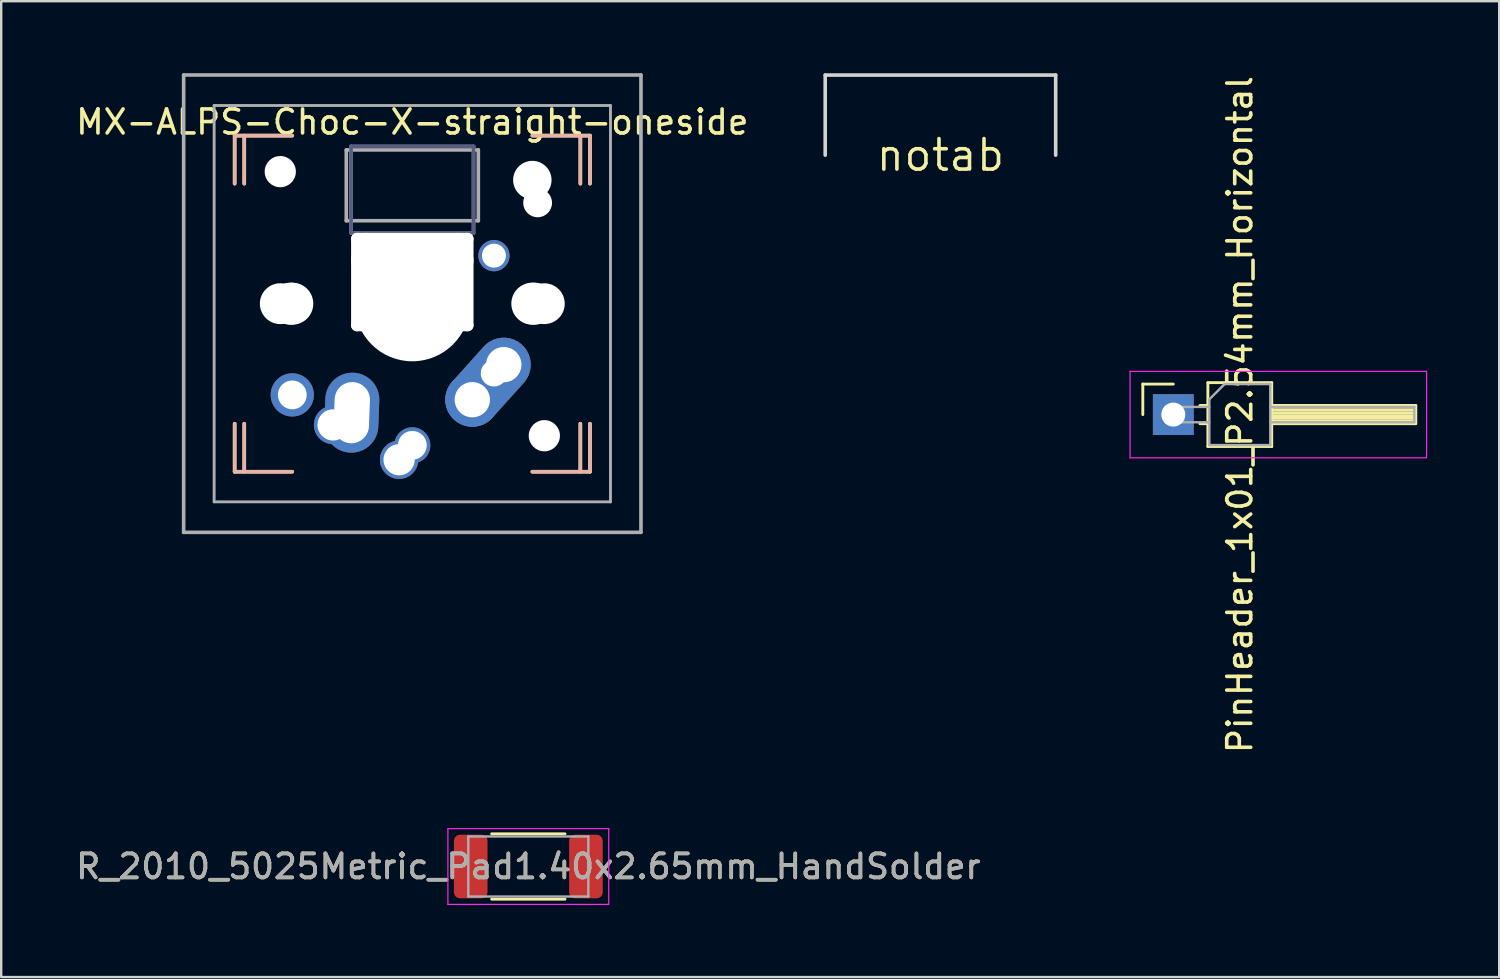
<source format=kicad_pcb>
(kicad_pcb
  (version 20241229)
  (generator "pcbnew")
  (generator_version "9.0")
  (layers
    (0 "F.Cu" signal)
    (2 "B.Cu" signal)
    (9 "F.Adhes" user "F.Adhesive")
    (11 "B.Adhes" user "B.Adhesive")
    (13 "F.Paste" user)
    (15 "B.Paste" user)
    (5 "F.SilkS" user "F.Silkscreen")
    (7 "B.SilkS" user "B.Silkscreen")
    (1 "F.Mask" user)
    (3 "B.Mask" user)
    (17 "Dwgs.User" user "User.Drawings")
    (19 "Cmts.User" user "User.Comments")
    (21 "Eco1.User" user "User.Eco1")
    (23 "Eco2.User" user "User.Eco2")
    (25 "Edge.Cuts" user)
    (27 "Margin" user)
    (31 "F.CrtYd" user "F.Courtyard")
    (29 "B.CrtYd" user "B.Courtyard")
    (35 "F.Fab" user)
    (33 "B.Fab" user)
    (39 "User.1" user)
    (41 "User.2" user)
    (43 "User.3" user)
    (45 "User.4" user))
  (footprint "notab"
    (layer "F.Cu")
    (at 36.125 3.413)
    (property "Reference" "notab" (at 0 0 0) (layer "F.SilkS") (effects (font (size 1.27 1.27) (thickness 0.15))))
    (attr through_hole)
    (fp_line (start -4.8 -3.337) (end -4.8 0) (stroke (width 0.15) (type solid)) (layer "Edge.Cuts"))
    (fp_line (start -4.8 -3.337) (end 4.8 -3.337) (stroke (width 0.15) (type solid)) (layer "Edge.Cuts"))
    (fp_line (start 4.8 -3.337) (end 4.8 0) (stroke (width 0.15) (type solid)) (layer "Edge.Cuts")))
  (footprint "MX-ALPS-Choc-X-straight-oneside"
    (layer "F.Cu")
    (at 14.125 9.6)
    (property "Reference" "MX-ALPS-Choc-X-straight-oneside" (at 0 -7.567 0) (layer "F.SilkS") (effects (font (size 1 1) (thickness 0.15))))
    (attr through_hole)
    (fp_line (start -7.4 -7) (end -5 -7) (stroke (width 0.15) (type solid)) (layer "F.SilkS"))
    (fp_line (start -7.4 -5) (end -7.4 -7) (stroke (width 0.15) (type solid)) (layer "F.SilkS"))
    (fp_line (start -7.4 5) (end -7.4 7) (stroke (width 0.15) (type solid)) (layer "F.SilkS"))
    (fp_line (start -7.4 7) (end -5 7) (stroke (width 0.15) (type solid)) (layer "F.SilkS"))
    (fp_line (start -7 -5) (end -7 -7) (stroke (width 0.15) (type solid)) (layer "F.SilkS"))
    (fp_line (start -7 5) (end -7 7) (stroke (width 0.15) (type solid)) (layer "F.SilkS"))
    (fp_line (start 5 7) (end 7.4 7) (stroke (width 0.15) (type solid)) (layer "F.SilkS"))
    (fp_line (start 7 -5) (end 7 -7) (stroke (width 0.15) (type solid)) (layer "F.SilkS"))
    (fp_line (start 7 7) (end 7 5) (stroke (width 0.15) (type solid)) (layer "F.SilkS"))
    (fp_line (start 7.4 -7) (end 5 -7) (stroke (width 0.15) (type solid)) (layer "F.SilkS"))
    (fp_line (start 7.4 -5) (end 7.4 -7) (stroke (width 0.15) (type solid)) (layer "F.SilkS"))
    (fp_line (start 7.4 7) (end 7.4 5) (stroke (width 0.15) (type solid)) (layer "F.SilkS"))
    (fp_line (start -7.4 -7) (end -7.4 -5) (stroke (width 0.15) (type solid)) (layer "B.SilkS"))
    (fp_line (start -7.4 7) (end -7.4 5) (stroke (width 0.15) (type solid)) (layer "B.SilkS"))
    (fp_line (start -7 -7) (end -7 -5) (stroke (width 0.15) (type solid)) (layer "B.SilkS"))
    (fp_line (start -7 7) (end -7 5) (stroke (width 0.15) (type solid)) (layer "B.SilkS"))
    (fp_line (start -5 -7) (end -7.4 -7) (stroke (width 0.15) (type solid)) (layer "B.SilkS"))
    (fp_line (start -5 7) (end -7.4 7) (stroke (width 0.15) (type solid)) (layer "B.SilkS"))
    (fp_line (start 5 7) (end 7.4 7) (stroke (width 0.15) (type solid)) (layer "B.SilkS"))
    (fp_line (start 7 -5) (end 7 -7) (stroke (width 0.15) (type solid)) (layer "B.SilkS"))
    (fp_line (start 7 7) (end 7 5) (stroke (width 0.15) (type solid)) (layer "B.SilkS"))
    (fp_line (start 7.4 -7) (end 5 -7) (stroke (width 0.15) (type solid)) (layer "B.SilkS"))
    (fp_line (start 7.4 -5) (end 7.4 -7) (stroke (width 0.15) (type solid)) (layer "B.SilkS"))
    (fp_line (start 7.4 7) (end 7.4 5) (stroke (width 0.15) (type solid)) (layer "B.SilkS"))
    (fp_line (start -2.55 -6.55) (end 2.55 -6.55) (stroke (width 0.15) (type solid)) (layer "B.Fab"))
    (fp_line (start -2.55 -2.95) (end -2.55 -6.55) (stroke (width 0.15) (type solid)) (layer "B.Fab"))
    (fp_line (start 2.55 -6.55) (end 2.55 -2.95) (stroke (width 0.15) (type solid)) (layer "B.Fab"))
    (fp_line (start 2.55 -2.95) (end -2.55 -2.95) (stroke (width 0.15) (type solid)) (layer "B.Fab"))
    (fp_line (start -9.525 -9.525) (end 9.525 -9.525) (stroke (width 0.15) (type solid)) (layer "F.Fab"))
    (fp_line (start -9.525 9.525) (end -9.525 -9.525) (stroke (width 0.15) (type solid)) (layer "F.Fab"))
    (fp_line (start -8.255 -8.255) (end 8.255 -8.255) (stroke (width 0.12) (type solid)) (layer "F.Fab"))
    (fp_line (start -8.255 8.255) (end -8.255 -8.255) (stroke (width 0.12) (type solid)) (layer "F.Fab"))
    (fp_line (start -2.75 -6.405) (end 2.75 -6.405) (stroke (width 0.15) (type solid)) (layer "F.Fab"))
    (fp_line (start -2.75 -3.455) (end -2.75 -6.405) (stroke (width 0.15) (type solid)) (layer "F.Fab"))
    (fp_line (start -2.75 -3.455) (end 2.75 -3.455) (stroke (width 0.15) (type solid)) (layer "F.Fab"))
    (fp_line (start -2.55 -6.55) (end -2.55 -2.95) (stroke (width 0.15) (type solid)) (layer "F.Fab"))
    (fp_line (start -2.55 -2.95) (end 2.55 -2.95) (stroke (width 0.15) (type solid)) (layer "F.Fab"))
    (fp_line (start 2.55 -6.55) (end -2.55 -6.55) (stroke (width 0.15) (type solid)) (layer "F.Fab"))
    (fp_line (start 2.55 -2.95) (end 2.55 -6.55) (stroke (width 0.15) (type solid)) (layer "F.Fab"))
    (fp_line (start 2.75 -3.455) (end 2.75 -6.405) (stroke (width 0.15) (type solid)) (layer "F.Fab"))
    (fp_line (start 8.255 -8.255) (end 8.255 8.255) (stroke (width 0.12) (type solid)) (layer "F.Fab"))
    (fp_line (start 8.255 8.255) (end -8.255 8.255) (stroke (width 0.12) (type solid)) (layer "F.Fab"))
    (fp_line (start 9.525 -9.525) (end 9.525 9.525) (stroke (width 0.15) (type solid)) (layer "F.Fab"))
    (fp_line (start 9.525 9.525) (end -9.525 9.525) (stroke (width 0.15) (type solid)) (layer "F.Fab"))
    (pad "" np_thru_hole circle (at -5.5 -5.5) (size 1.3 1.3) (drill 1.3) (layers "*.Cu" "*.Mask"))
    (pad "" np_thru_hole circle (at -5.5 0 228.1) (size 1.7 1.7) (drill 1.7) (layers "*.Cu" "*.Mask"))
    (pad "" np_thru_hole circle (at -5.08 0 228) (size 1.75 1.75) (drill 1.75) (layers "*.Cu" "*.Mask"))
    (pad "" np_thru_hole circle (at -5 0) (size 1.75 1.75) (drill 1.75) (layers "*.Cu" "*.Mask"))
    (pad "" np_thru_hole oval (at -2.3 -0.9 180) (size 0.5 4.1) (drill oval 0.5 4.1) (layers "*.Cu" "*.Mask"))
    (pad "" np_thru_hole oval (at -1.905 -0.9 180) (size 0.5 4.1) (drill oval 0.5 4.1) (layers "*.Cu" "*.Mask"))
    (pad "" np_thru_hole oval (at 0 -2.7 180) (size 5.1 0.5) (drill oval 5.1 0.5) (layers "*.Cu" "*.Mask"))
    (pad "" np_thru_hole oval (at 0 -1.8 180) (size 5.1 1.5) (drill oval 5.1 1.5) (layers "*.Cu" "*.Mask"))
    (pad "" np_thru_hole circle (at 0 0 180) (size 3.988 3.988) (drill 3.988) (layers "*.Cu" "*.Mask"))
    (pad "" np_thru_hole circle (at 0 0) (size 4.8 4.8) (drill 4.8) (layers "*.Cu" "*.Mask"))
    (pad "" np_thru_hole oval (at 0 0.9 180) (size 5.1 0.5) (drill oval 5.1 0.5) (layers "*.Cu" "*.Mask"))
    (pad "" np_thru_hole oval (at 1.9 -0.9 180) (size 0.5 4.1) (drill oval 0.5 4.1) (layers "*.Cu" "*.Mask"))
    (pad "" np_thru_hole oval (at 2.3 -0.9 180) (size 0.5 4.1) (drill oval 0.5 4.1) (layers "*.Cu" "*.Mask"))
    (pad "" np_thru_hole circle (at 5 -5.15) (size 1.6 1.6) (drill 1.6) (layers "*.Cu" "*.Mask"))
    (pad "" np_thru_hole circle (at 5 0) (size 1.75 1.75) (drill 1.75) (layers "*.Cu" "*.Mask"))
    (pad "" np_thru_hole circle (at 5.08 0 228) (size 1.75 1.75) (drill 1.75) (layers "*.Cu" "*.Mask"))
    (pad "" np_thru_hole circle (at 5.22 -4.2 228.1) (size 1.2 1.2) (drill 1.2) (layers "*.Cu" "*.Mask"))
    (pad "" np_thru_hole circle (at 5.5 0 228.1) (size 1.7 1.7) (drill 1.7) (layers "*.Cu" "*.Mask"))
    (pad "" np_thru_hole circle (at 5.5 5.5) (size 1.3 1.3) (drill 1.3) (layers "*.Cu" "*.Mask"))
    (pad "1" thru_hole circle (at -5 3.8 180) (size 1.8 1.8) (drill 1.2) (layers "*.Cu" "*.Mask"))
    (pad "1" thru_hole circle (at 3.4 -2) (size 1.3 1.3) (drill 1) (layers "*.Cu" "*.Mask"))
    (pad "2" thru_hole circle (at -0.55 6.5 180) (size 1.6 1.6) (drill 1.3) (layers "*.Cu" "*.Mask"))
    (pad "2" thru_hole circle (at 0 5.9 180) (size 1.5 1.5) (drill 1.2) (layers "*.Cu" "*.Mask"))
    (pad "2" thru_hole circle (at 2.5 4 180) (size 2.25 2.25) (drill 1.47) (layers "*.Cu" "B.Mask"))
    (pad "2" thru_hole circle (at 3.4 2.9) (size 1.6 1.6) (drill 1.1) (layers "*.Cu" "*.Mask"))
    (pad "2" thru_hole custom (at 3.81 2.54 180) (size 2.25 2.25) (drill 1.47) (layers "*.Cu" "*.Mask") (options (anchor circle)) (primitives (gr_line (start 1.61 -1.16) (end 0.3 0.3) (width 1.4)) (gr_line (start 1.008 -1.758) (end -0.34 -0.26) (width 1.4)) (gr_arc (start 1.01 -1.76) (mid 1.61 -1.76) (end 1.61 -1.16) (width 1.4))))
    (pad "3" thru_hole circle (at -3.3 5.05 180) (size 1.6 1.6) (drill 1.3) (layers "*.Cu" "*.Mask"))
    (pad "3" thru_hole oval (at -2.52 4.54 267.8) (size 3.33 2.25) (drill oval 2.55 1.47) (layers "*.Cu" "*.Mask")))
  (footprint "R_2010_5025Metric_Pad1.40x2.65mm_HandSolder"
    (layer "F.Cu")
    (at 18.958 33.045)
    (property "Reference" "R_2010_5025Metric_Pad1.40x2.65mm_HandSolder" (at 0 0 0) (layer "F.SilkS") (effects (font (size 1 1) (thickness 0.15))))
    (attr smd)
    (fp_line (start -1.527 -1.36) (end 1.527 -1.36) (stroke (width 0.12) (type solid)) (layer "F.SilkS"))
    (fp_line (start -1.527 1.36) (end 1.527 1.36) (stroke (width 0.12) (type solid)) (layer "F.SilkS"))
    (fp_line (start -3.35 -1.58) (end 3.35 -1.58) (stroke (width 0.05) (type solid)) (layer "F.CrtYd"))
    (fp_line (start -3.35 1.58) (end -3.35 -1.58) (stroke (width 0.05) (type solid)) (layer "F.CrtYd"))
    (fp_line (start 3.35 -1.58) (end 3.35 1.58) (stroke (width 0.05) (type solid)) (layer "F.CrtYd"))
    (fp_line (start 3.35 1.58) (end -3.35 1.58) (stroke (width 0.05) (type solid)) (layer "F.CrtYd"))
    (fp_line (start -2.5 -1.25) (end 2.5 -1.25) (stroke (width 0.1) (type solid)) (layer "F.Fab"))
    (fp_line (start -2.5 1.25) (end -2.5 -1.25) (stroke (width 0.1) (type solid)) (layer "F.Fab"))
    (fp_line (start 2.5 -1.25) (end 2.5 1.25) (stroke (width 0.1) (type solid)) (layer "F.Fab"))
    (fp_line (start 2.5 1.25) (end -2.5 1.25) (stroke (width 0.1) (type solid)) (layer "F.Fab"))
    (fp_text user "${REFERENCE}" (at 0 0 0) (layer "F.Fab") (effects (font (size 1 1) (thickness 0.15))))
    (pad "1" smd roundrect (at -2.4 0) (size 1.4 2.65) (layers "F.Cu" "F.Mask" "F.Paste") (roundrect_rratio 0.179))
    (pad "2" smd roundrect (at 2.4 0) (size 1.4 2.65) (layers "F.Cu" "F.Mask" "F.Paste") (roundrect_rratio 0.179)))
  (footprint "PinHeader_1x01_P2.54mm_Horizontal"
    (layer "F.Cu")
    (at 45.825 14.22)
    (property "Reference" "PinHeader_1x01_P2.54mm_Horizontal" (at 2.77 0 90) (layer "F.SilkS") (effects (font (size 1 1) (thickness 0.15))))
    (attr through_hole)
    (fp_line (start -1.27 -1.27) (end 0 -1.27) (stroke (width 0.12) (type solid)) (layer "F.SilkS"))
    (fp_line (start -1.27 0) (end -1.27 -1.27) (stroke (width 0.12) (type solid)) (layer "F.SilkS"))
    (fp_line (start 1.11 -0.38) (end 1.44 -0.38) (stroke (width 0.12) (type solid)) (layer "F.SilkS"))
    (fp_line (start 1.11 0.38) (end 1.44 0.38) (stroke (width 0.12) (type solid)) (layer "F.SilkS"))
    (fp_line (start 1.44 -1.33) (end 1.44 1.33) (stroke (width 0.12) (type solid)) (layer "F.SilkS"))
    (fp_line (start 1.44 1.33) (end 4.1 1.33) (stroke (width 0.12) (type solid)) (layer "F.SilkS"))
    (fp_line (start 4.1 -1.33) (end 1.44 -1.33) (stroke (width 0.12) (type solid)) (layer "F.SilkS"))
    (fp_line (start 4.1 -0.38) (end 10.1 -0.38) (stroke (width 0.12) (type solid)) (layer "F.SilkS"))
    (fp_line (start 4.1 -0.32) (end 10.1 -0.32) (stroke (width 0.12) (type solid)) (layer "F.SilkS"))
    (fp_line (start 4.1 -0.2) (end 10.1 -0.2) (stroke (width 0.12) (type solid)) (layer "F.SilkS"))
    (fp_line (start 4.1 -0.08) (end 10.1 -0.08) (stroke (width 0.12) (type solid)) (layer "F.SilkS"))
    (fp_line (start 4.1 0.04) (end 10.1 0.04) (stroke (width 0.12) (type solid)) (layer "F.SilkS"))
    (fp_line (start 4.1 0.16) (end 10.1 0.16) (stroke (width 0.12) (type solid)) (layer "F.SilkS"))
    (fp_line (start 4.1 0.28) (end 10.1 0.28) (stroke (width 0.12) (type solid)) (layer "F.SilkS"))
    (fp_line (start 4.1 1.33) (end 4.1 -1.33) (stroke (width 0.12) (type solid)) (layer "F.SilkS"))
    (fp_line (start 10.1 -0.38) (end 10.1 0.38) (stroke (width 0.12) (type solid)) (layer "F.SilkS"))
    (fp_line (start 10.1 0.38) (end 4.1 0.38) (stroke (width 0.12) (type solid)) (layer "F.SilkS"))
    (fp_line (start -1.8 -1.8) (end -1.8 1.8) (stroke (width 0.05) (type solid)) (layer "F.CrtYd"))
    (fp_line (start -1.8 1.8) (end 10.55 1.8) (stroke (width 0.05) (type solid)) (layer "F.CrtYd"))
    (fp_line (start 10.55 -1.8) (end -1.8 -1.8) (stroke (width 0.05) (type solid)) (layer "F.CrtYd"))
    (fp_line (start 10.55 1.8) (end 10.55 -1.8) (stroke (width 0.05) (type solid)) (layer "F.CrtYd"))
    (fp_line (start -0.32 -0.32) (end -0.32 0.32) (stroke (width 0.1) (type solid)) (layer "F.Fab"))
    (fp_line (start -0.32 -0.32) (end 1.5 -0.32) (stroke (width 0.1) (type solid)) (layer "F.Fab"))
    (fp_line (start -0.32 0.32) (end 1.5 0.32) (stroke (width 0.1) (type solid)) (layer "F.Fab"))
    (fp_line (start 1.5 -0.635) (end 2.135 -1.27) (stroke (width 0.1) (type solid)) (layer "F.Fab"))
    (fp_line (start 1.5 1.27) (end 1.5 -0.635) (stroke (width 0.1) (type solid)) (layer "F.Fab"))
    (fp_line (start 2.135 -1.27) (end 4.04 -1.27) (stroke (width 0.1) (type solid)) (layer "F.Fab"))
    (fp_line (start 4.04 -1.27) (end 4.04 1.27) (stroke (width 0.1) (type solid)) (layer "F.Fab"))
    (fp_line (start 4.04 -0.32) (end 10.04 -0.32) (stroke (width 0.1) (type solid)) (layer "F.Fab"))
    (fp_line (start 4.04 0.32) (end 10.04 0.32) (stroke (width 0.1) (type solid)) (layer "F.Fab"))
    (fp_line (start 4.04 1.27) (end 1.5 1.27) (stroke (width 0.1) (type solid)) (layer "F.Fab"))
    (fp_line (start 10.04 -0.32) (end 10.04 0.32) (stroke (width 0.1) (type solid)) (layer "F.Fab"))
    (pad "1" thru_hole rect (at 0 0) (size 1.7 1.7) (drill 1) (layers "*.Cu" "*.Mask")))
  (gr_rect
    (start -3 -3)
    (end 59.4 37.65)
    (stroke (width 0.1) (type default))
    (fill no)
    (layer "Edge.Cuts")))
</source>
